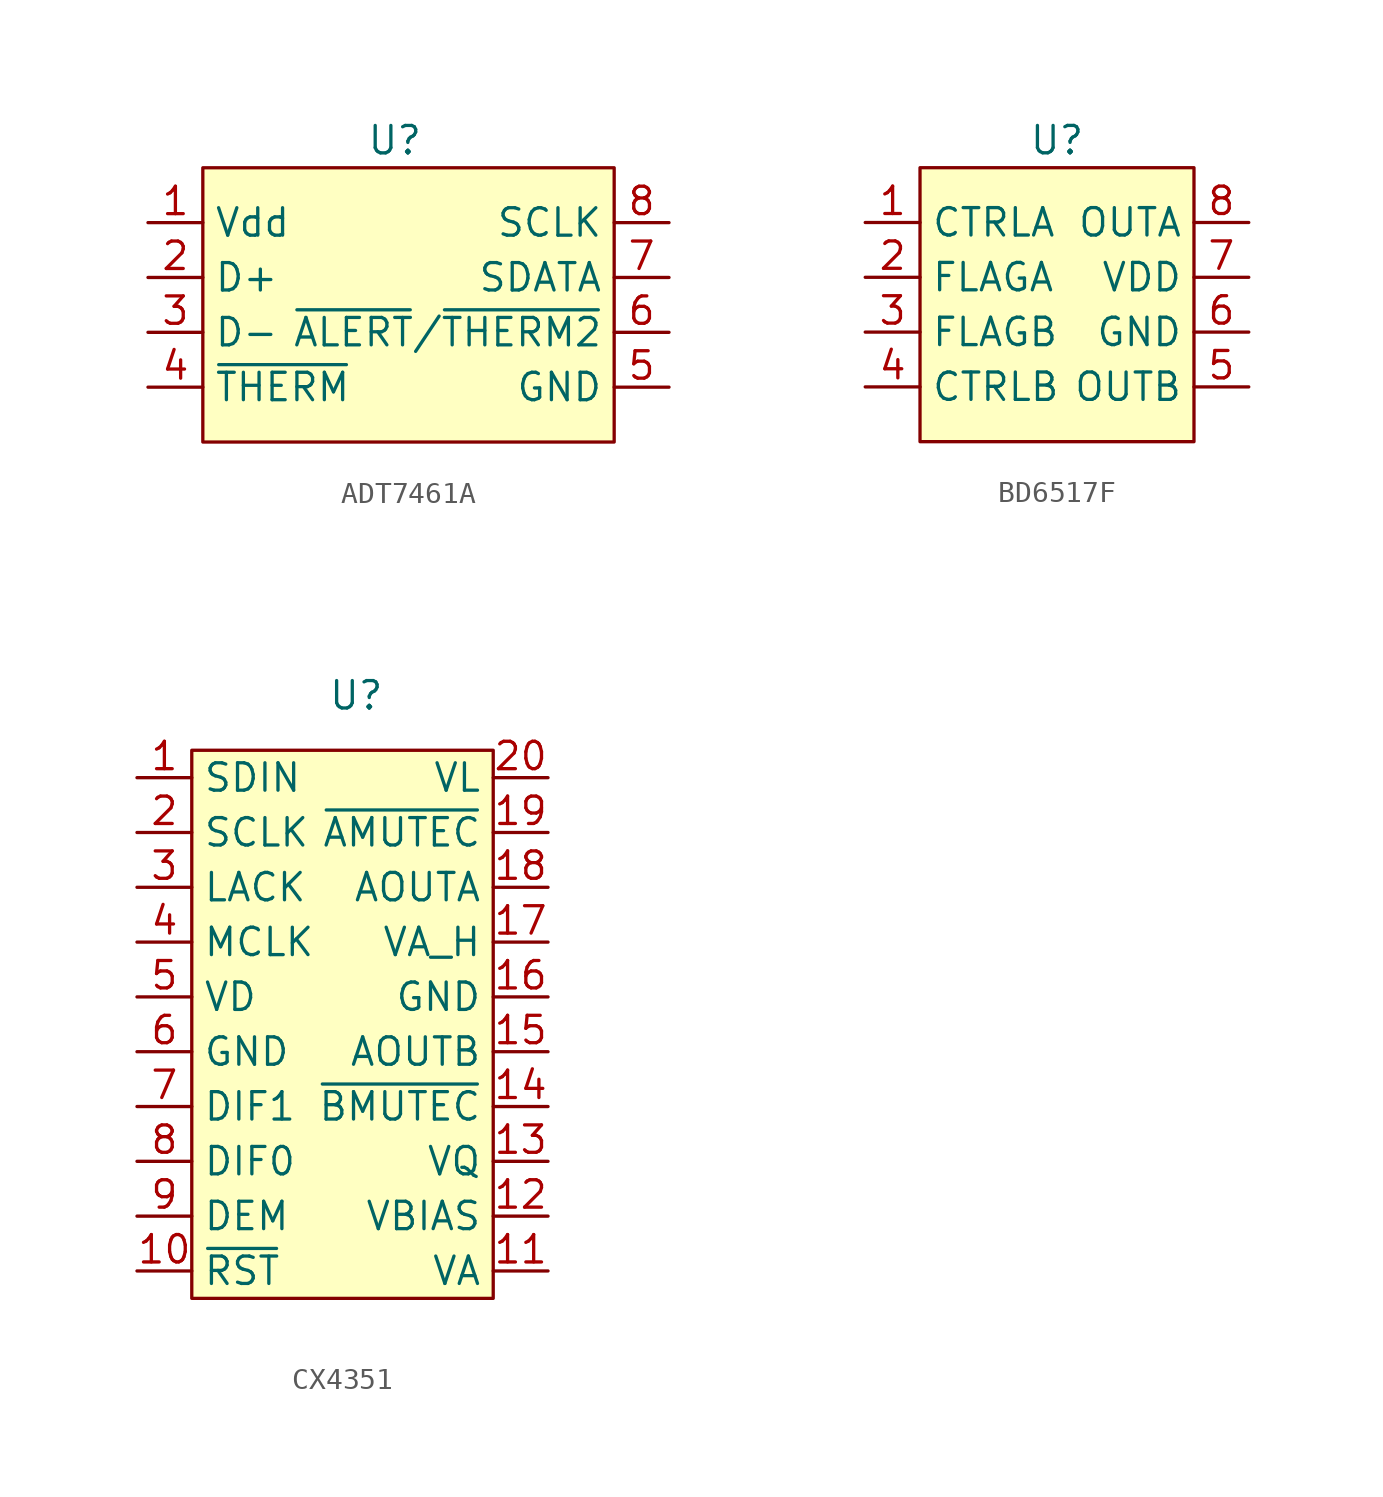
<source format=kicad_sym>
(kicad_symbol_lib
  (version 20231120)
  (generator "kicad_symbol_editor")
  (generator_version "8.0")
  (symbol "ADT7461A"
    (property "Reference" "U"
      (at 0 0 0)
      (effects (font (size 1.27 1.27))))
    (property "Value" ""
      (at 1.27 0 0)
      (effects (font (size 1.27 1.27))))
    (symbol "ADT7461A_0_0"
      (pin power_in line (at -11.43 -3.81 0) (length 2.54) (name "Vdd" (effects (font (size 1.27 1.27)))) (number "1" (effects (font (size 1.27 1.27)))))
      (pin input line (at -11.43 -6.35 0) (length 2.54) (name "D+" (effects (font (size 1.27 1.27)))) (number "2" (effects (font (size 1.27 1.27)))))
      (pin input line (at -11.43 -8.89 0) (length 2.54) (name "D-" (effects (font (size 1.27 1.27)))) (number "3" (effects (font (size 1.27 1.27)))))
      (pin output line (at -11.43 -11.43 0) (length 2.54) (name "~{THERM}" (effects (font (size 1.27 1.27)))) (number "4" (effects (font (size 1.27 1.27)))))
      (pin power_in line (at 12.7 -11.43 180) (length 2.54) (name "GND" (effects (font (size 1.27 1.27)))) (number "5" (effects (font (size 1.27 1.27)))))
      (pin output line (at 12.7 -8.89 180) (length 2.54) (name "~{ALERT}/~{THERM2}" (effects (font (size 1.27 1.27)))) (number "6" (effects (font (size 1.27 1.27)))))
      (pin input line (at 12.7 -6.35 180) (length 2.54) (name "SDATA" (effects (font (size 1.27 1.27)))) (number "7" (effects (font (size 1.27 1.27)))))
      (pin input line (at 12.7 -3.81 180) (length 2.54) (name "SCLK" (effects (font (size 1.27 1.27)))) (number "8" (effects (font (size 1.27 1.27))))))
    (symbol "ADT7461A_1_1"
      (rectangle (start -8.89 -1.27) (end 10.16 -13.97) (stroke (width 0) (type default)) (fill (type background)))))
  (symbol "BD6517F"
    (property "Reference" "U"
      (at 0 0 0)
      (effects (font (size 1.27 1.27))))
    (property "Value" ""
      (at -8.89 -3.81 0)
      (effects (font (size 1.27 1.27))))
    (symbol "BD6517F_0_0"
      (pin input line (at -8.89 -3.81 0) (length 2.54) (name "CTRLA" (effects (font (size 1.27 1.27)))) (number "1" (effects (font (size 1.27 1.27)))))
      (pin output line (at -8.89 -6.35 0) (length 2.54) (name "FLAGA" (effects (font (size 1.27 1.27)))) (number "2" (effects (font (size 1.27 1.27)))))
      (pin output line (at -8.89 -8.89 0) (length 2.54) (name "FLAGB" (effects (font (size 1.27 1.27)))) (number "3" (effects (font (size 1.27 1.27)))))
      (pin input line (at -8.89 -11.43 0) (length 2.54) (name "CTRLB" (effects (font (size 1.27 1.27)))) (number "4" (effects (font (size 1.27 1.27)))))
      (pin output line (at 8.89 -11.43 180) (length 2.54) (name "OUTB" (effects (font (size 1.27 1.27)))) (number "5" (effects (font (size 1.27 1.27)))))
      (pin power_in line (at 8.89 -8.89 180) (length 2.54) (name "GND" (effects (font (size 1.27 1.27)))) (number "6" (effects (font (size 1.27 1.27)))))
      (pin power_in line (at 8.89 -6.35 180) (length 2.54) (name "VDD" (effects (font (size 1.27 1.27)))) (number "7" (effects (font (size 1.27 1.27)))))
      (pin output line (at 8.89 -3.81 180) (length 2.54) (name "OUTA" (effects (font (size 1.27 1.27)))) (number "8" (effects (font (size 1.27 1.27))))))
    (symbol "BD6517F_1_1"
      (rectangle (start -6.35 -1.27) (end 6.35 -13.97) (stroke (width 0) (type default)) (fill (type background)))))
  (symbol "CX4351"
    (property "Reference" "U"
      (at 0 0 0)
      (effects (font (size 1.27 1.27))))
    (property "Value" ""
      (at -10.16 -3.81 0)
      (effects (font (size 1.27 1.27))))
    (symbol "CX4351_0_0"
      (pin unspecified line (at -10.16 -3.81 0) (length 2.54) (name "SDIN" (effects (font (size 1.27 1.27)))) (number "1" (effects (font (size 1.27 1.27)))))
      (pin unspecified line (at -10.16 -26.67 0) (length 2.54) (name "~{RST}" (effects (font (size 1.27 1.27)))) (number "10" (effects (font (size 1.27 1.27)))))
      (pin unspecified line (at 8.89 -26.67 180) (length 2.54) (name "VA" (effects (font (size 1.27 1.27)))) (number "11" (effects (font (size 1.27 1.27)))))
      (pin unspecified line (at 8.89 -24.13 180) (length 2.54) (name "VBIAS" (effects (font (size 1.27 1.27)))) (number "12" (effects (font (size 1.27 1.27)))))
      (pin unspecified line (at 8.89 -21.59 180) (length 2.54) (name "VQ" (effects (font (size 1.27 1.27)))) (number "13" (effects (font (size 1.27 1.27)))))
      (pin unspecified line (at 8.89 -19.05 180) (length 2.54) (name "~{BMUTEC}" (effects (font (size 1.27 1.27)))) (number "14" (effects (font (size 1.27 1.27)))))
      (pin unspecified line (at 8.89 -16.51 180) (length 2.54) (name "AOUTB" (effects (font (size 1.27 1.27)))) (number "15" (effects (font (size 1.27 1.27)))))
      (pin power_in line (at 8.89 -13.97 180) (length 2.54) (name "GND" (effects (font (size 1.27 1.27)))) (number "16" (effects (font (size 1.27 1.27)))))
      (pin unspecified line (at 8.89 -11.43 180) (length 2.54) (name "VA_H" (effects (font (size 1.27 1.27)))) (number "17" (effects (font (size 1.27 1.27)))))
      (pin unspecified line (at 8.89 -8.89 180) (length 2.54) (name "AOUTA" (effects (font (size 1.27 1.27)))) (number "18" (effects (font (size 1.27 1.27)))))
      (pin unspecified line (at 8.89 -6.35 180) (length 2.54) (name "~{AMUTEC}" (effects (font (size 1.27 1.27)))) (number "19" (effects (font (size 1.27 1.27)))))
      (pin unspecified line (at -10.16 -6.35 0) (length 2.54) (name "SCLK" (effects (font (size 1.27 1.27)))) (number "2" (effects (font (size 1.27 1.27)))))
      (pin unspecified line (at 8.89 -3.81 180) (length 2.54) (name "VL" (effects (font (size 1.27 1.27)))) (number "20" (effects (font (size 1.27 1.27)))))
      (pin unspecified line (at -10.16 -8.89 0) (length 2.54) (name "LACK" (effects (font (size 1.27 1.27)))) (number "3" (effects (font (size 1.27 1.27)))))
      (pin unspecified line (at -10.16 -11.43 0) (length 2.54) (name "MCLK" (effects (font (size 1.27 1.27)))) (number "4" (effects (font (size 1.27 1.27)))))
      (pin unspecified line (at -10.16 -13.97 0) (length 2.54) (name "VD" (effects (font (size 1.27 1.27)))) (number "5" (effects (font (size 1.27 1.27)))))
      (pin power_in line (at -10.16 -16.51 0) (length 2.54) (name "GND" (effects (font (size 1.27 1.27)))) (number "6" (effects (font (size 1.27 1.27)))))
      (pin unspecified line (at -10.16 -19.05 0) (length 2.54) (name "DIF1" (effects (font (size 1.27 1.27)))) (number "7" (effects (font (size 1.27 1.27)))))
      (pin unspecified line (at -10.16 -21.59 0) (length 2.54) (name "DIF0" (effects (font (size 1.27 1.27)))) (number "8" (effects (font (size 1.27 1.27)))))
      (pin unspecified line (at -10.16 -24.13 0) (length 2.54) (name "DEM" (effects (font (size 1.27 1.27)))) (number "9" (effects (font (size 1.27 1.27))))))
    (symbol "CX4351_1_1"
      (rectangle (start -7.62 -2.54) (end 6.35 -27.94) (stroke (width 0) (type default)) (fill (type background))))))
</source>
